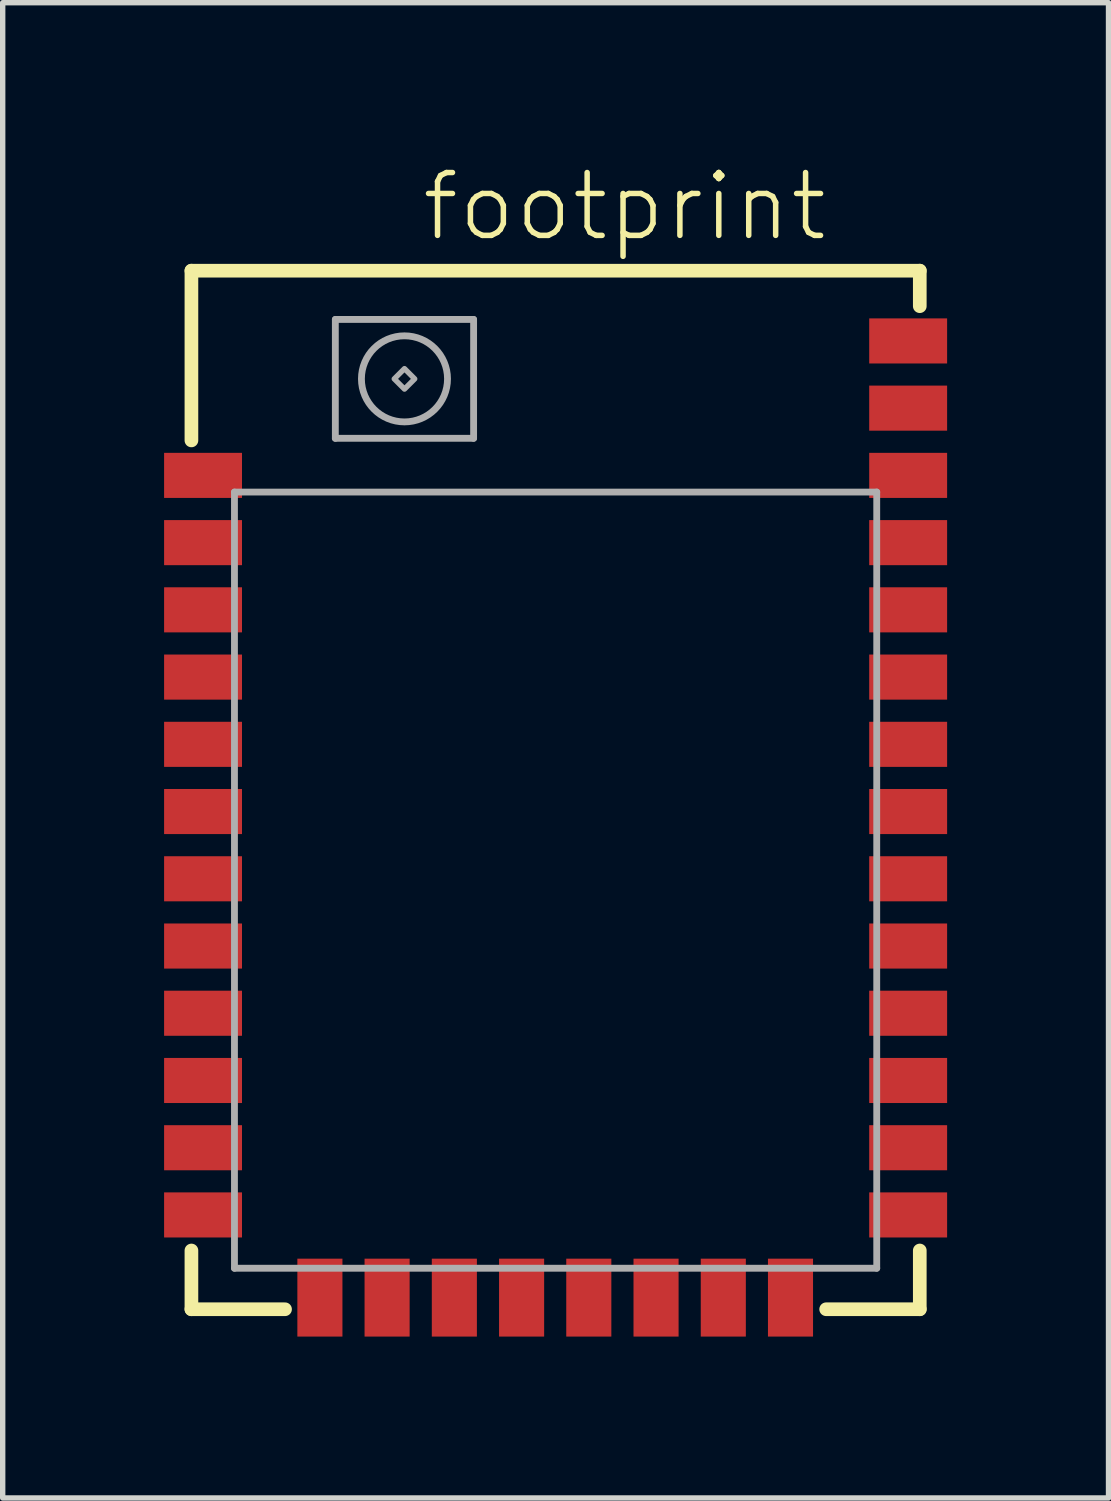
<source format=kicad_pcb>
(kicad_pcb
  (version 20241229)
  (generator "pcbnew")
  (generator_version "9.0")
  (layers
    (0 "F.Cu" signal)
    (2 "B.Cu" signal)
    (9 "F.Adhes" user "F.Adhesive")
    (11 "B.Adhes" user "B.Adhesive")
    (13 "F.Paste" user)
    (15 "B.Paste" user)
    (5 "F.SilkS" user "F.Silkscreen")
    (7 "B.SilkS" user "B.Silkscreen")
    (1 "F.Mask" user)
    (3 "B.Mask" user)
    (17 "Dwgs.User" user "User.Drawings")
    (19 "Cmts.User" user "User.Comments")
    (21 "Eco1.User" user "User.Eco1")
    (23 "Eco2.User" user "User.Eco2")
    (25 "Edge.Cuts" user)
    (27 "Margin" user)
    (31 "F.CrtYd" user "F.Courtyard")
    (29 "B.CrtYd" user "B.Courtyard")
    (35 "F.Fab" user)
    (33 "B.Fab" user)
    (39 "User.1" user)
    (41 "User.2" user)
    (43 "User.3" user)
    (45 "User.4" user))
  (footprint "footprint"
    (layer "F.Cu")
    (at 7.277 11.633)
    (property "Reference" "footprint" (at -2.54 -10.16 0) (layer "F.SilkS") (effects (font (size 1.168 1.168) (thickness 0.102)) (justify left bottom)))
    (fp_line (start -6.769 -9.652) (end -6.769 -6.497) (stroke (width 0.254) (type solid)) (layer "F.SilkS"))
    (fp_line (start -6.769 -9.652) (end 6.769 -9.652) (stroke (width 0.254) (type solid)) (layer "F.SilkS"))
    (fp_line (start -6.769 9.652) (end -6.769 8.56) (stroke (width 0.254) (type solid)) (layer "F.SilkS"))
    (fp_line (start -5.029 9.652) (end -6.769 9.652) (stroke (width 0.254) (type solid)) (layer "F.SilkS"))
    (fp_line (start 5.029 9.652) (end 6.769 9.652) (stroke (width 0.254) (type solid)) (layer "F.SilkS"))
    (fp_line (start 6.769 -9.652) (end 6.769 -8.992) (stroke (width 0.254) (type solid)) (layer "F.SilkS"))
    (fp_line (start 6.769 9.652) (end 6.769 8.56) (stroke (width 0.254) (type solid)) (layer "F.SilkS"))
    (fp_poly (pts (xy -7.239 -5.512) (xy -6.01 -5.512) (xy -6.01 -6.182) (xy -7.239 -6.182)) (stroke (width 0) (type solid)) (fill yes) (layer "F.Paste"))
    (fp_poly (pts (xy -7.239 -4.262) (xy -6.01 -4.262) (xy -6.01 -4.933) (xy -7.239 -4.933)) (stroke (width 0) (type solid)) (fill yes) (layer "F.Paste"))
    (fp_poly (pts (xy -7.239 -3.012) (xy -6.01 -3.012) (xy -6.01 -3.683) (xy -7.239 -3.683)) (stroke (width 0) (type solid)) (fill yes) (layer "F.Paste"))
    (fp_poly (pts (xy -7.239 -1.763) (xy -6.01 -1.763) (xy -6.01 -2.433) (xy -7.239 -2.433)) (stroke (width 0) (type solid)) (fill yes) (layer "F.Paste"))
    (fp_poly (pts (xy -7.239 -0.513) (xy -6.01 -0.513) (xy -6.01 -1.184) (xy -7.239 -1.184)) (stroke (width 0) (type solid)) (fill yes) (layer "F.Paste"))
    (fp_poly (pts (xy -7.239 0.737) (xy -6.01 0.737) (xy -6.01 0.066) (xy -7.239 0.066)) (stroke (width 0) (type solid)) (fill yes) (layer "F.Paste"))
    (fp_poly (pts (xy -7.239 1.986) (xy -6.01 1.986) (xy -6.01 1.316) (xy -7.239 1.316)) (stroke (width 0) (type solid)) (fill yes) (layer "F.Paste"))
    (fp_poly (pts (xy -7.239 3.236) (xy -6.01 3.236) (xy -6.01 2.565) (xy -7.239 2.565)) (stroke (width 0) (type solid)) (fill yes) (layer "F.Paste"))
    (fp_poly (pts (xy -7.239 4.486) (xy -6.01 4.486) (xy -6.01 3.815) (xy -7.239 3.815)) (stroke (width 0) (type solid)) (fill yes) (layer "F.Paste"))
    (fp_poly (pts (xy -7.239 5.735) (xy -6.01 5.735) (xy -6.01 5.065) (xy -7.239 5.065)) (stroke (width 0) (type solid)) (fill yes) (layer "F.Paste"))
    (fp_poly (pts (xy -7.239 6.985) (xy -6.01 6.985) (xy -6.01 6.314) (xy -7.239 6.314)) (stroke (width 0) (type solid)) (fill yes) (layer "F.Paste"))
    (fp_poly (pts (xy -7.239 8.235) (xy -6.01 8.235) (xy -6.01 7.564) (xy -7.239 7.564)) (stroke (width 0) (type solid)) (fill yes) (layer "F.Paste"))
    (fp_poly (pts (xy -4.717 10.05) (xy -4.046 10.05) (xy -4.046 8.822) (xy -4.717 8.822)) (stroke (width 0) (type solid)) (fill yes) (layer "F.Paste"))
    (fp_poly (pts (xy -3.467 10.05) (xy -2.797 10.05) (xy -2.797 8.822) (xy -3.467 8.822)) (stroke (width 0) (type solid)) (fill yes) (layer "F.Paste"))
    (fp_poly (pts (xy -2.217 10.05) (xy -1.547 10.05) (xy -1.547 8.822) (xy -2.217 8.822)) (stroke (width 0) (type solid)) (fill yes) (layer "F.Paste"))
    (fp_poly (pts (xy -0.968 10.05) (xy -0.297 10.05) (xy -0.297 8.822) (xy -0.968 8.822)) (stroke (width 0) (type solid)) (fill yes) (layer "F.Paste"))
    (fp_poly (pts (xy 0.282 10.05) (xy 0.952 10.05) (xy 0.952 8.822) (xy 0.282 8.822)) (stroke (width 0) (type solid)) (fill yes) (layer "F.Paste"))
    (fp_poly (pts (xy 1.532 10.05) (xy 2.202 10.05) (xy 2.202 8.822) (xy 1.532 8.822)) (stroke (width 0) (type solid)) (fill yes) (layer "F.Paste"))
    (fp_poly (pts (xy 2.781 10.05) (xy 3.452 10.05) (xy 3.452 8.822) (xy 2.781 8.822)) (stroke (width 0) (type solid)) (fill yes) (layer "F.Paste"))
    (fp_poly (pts (xy 4.031 10.05) (xy 4.702 10.05) (xy 4.702 8.822) (xy 4.031 8.822)) (stroke (width 0) (type solid)) (fill yes) (layer "F.Paste"))
    (fp_poly (pts (xy 5.939 -8.011) (xy 7.168 -8.011) (xy 7.168 -8.682) (xy 5.939 -8.682)) (stroke (width 0) (type solid)) (fill yes) (layer "F.Paste"))
    (fp_poly (pts (xy 5.939 -6.761) (xy 7.168 -6.761) (xy 7.168 -7.432) (xy 5.939 -7.432)) (stroke (width 0) (type solid)) (fill yes) (layer "F.Paste"))
    (fp_poly (pts (xy 5.939 -5.512) (xy 7.168 -5.512) (xy 7.168 -6.182) (xy 5.939 -6.182)) (stroke (width 0) (type solid)) (fill yes) (layer "F.Paste"))
    (fp_poly (pts (xy 5.939 -4.262) (xy 7.168 -4.262) (xy 7.168 -4.933) (xy 5.939 -4.933)) (stroke (width 0) (type solid)) (fill yes) (layer "F.Paste"))
    (fp_poly (pts (xy 5.939 -3.012) (xy 7.168 -3.012) (xy 7.168 -3.683) (xy 5.939 -3.683)) (stroke (width 0) (type solid)) (fill yes) (layer "F.Paste"))
    (fp_poly (pts (xy 5.939 -1.763) (xy 7.168 -1.763) (xy 7.168 -2.433) (xy 5.939 -2.433)) (stroke (width 0) (type solid)) (fill yes) (layer "F.Paste"))
    (fp_poly (pts (xy 5.939 -0.513) (xy 7.168 -0.513) (xy 7.168 -1.184) (xy 5.939 -1.184)) (stroke (width 0) (type solid)) (fill yes) (layer "F.Paste"))
    (fp_poly (pts (xy 5.939 0.737) (xy 7.168 0.737) (xy 7.168 0.066) (xy 5.939 0.066)) (stroke (width 0) (type solid)) (fill yes) (layer "F.Paste"))
    (fp_poly (pts (xy 5.939 1.986) (xy 7.168 1.986) (xy 7.168 1.316) (xy 5.939 1.316)) (stroke (width 0) (type solid)) (fill yes) (layer "F.Paste"))
    (fp_poly (pts (xy 5.939 3.236) (xy 7.168 3.236) (xy 7.168 2.565) (xy 5.939 2.565)) (stroke (width 0) (type solid)) (fill yes) (layer "F.Paste"))
    (fp_poly (pts (xy 5.939 4.486) (xy 7.168 4.486) (xy 7.168 3.815) (xy 5.939 3.815)) (stroke (width 0) (type solid)) (fill yes) (layer "F.Paste"))
    (fp_poly (pts (xy 5.939 5.735) (xy 7.168 5.735) (xy 7.168 5.065) (xy 5.939 5.065)) (stroke (width 0) (type solid)) (fill yes) (layer "F.Paste"))
    (fp_poly (pts (xy 5.939 6.985) (xy 7.168 6.985) (xy 7.168 6.314) (xy 5.939 6.314)) (stroke (width 0) (type solid)) (fill yes) (layer "F.Paste"))
    (fp_poly (pts (xy 5.939 8.235) (xy 7.168 8.235) (xy 7.168 7.564) (xy 5.939 7.564)) (stroke (width 0) (type solid)) (fill yes) (layer "F.Paste"))
    (fp_line (start -5.969 -5.537) (end 5.969 -5.537) (stroke (width 0.127) (type solid)) (layer "F.Fab"))
    (fp_line (start -5.969 8.89) (end -5.969 -5.537) (stroke (width 0.127) (type solid)) (layer "F.Fab"))
    (fp_line (start -4.094 -8.746) (end -1.524 -8.746) (stroke (width 0.127) (type solid)) (layer "F.Fab"))
    (fp_line (start -4.094 -6.536) (end -4.094 -8.746) (stroke (width 0.127) (type solid)) (layer "F.Fab"))
    (fp_line (start -1.524 -8.746) (end -1.524 -6.536) (stroke (width 0.127) (type solid)) (layer "F.Fab"))
    (fp_line (start -1.524 -6.536) (end -4.094 -6.536) (stroke (width 0.127) (type solid)) (layer "F.Fab"))
    (fp_line (start 5.969 -5.537) (end 5.969 8.89) (stroke (width 0.127) (type solid)) (layer "F.Fab"))
    (fp_line (start 5.969 8.89) (end -5.969 8.89) (stroke (width 0.127) (type solid)) (layer "F.Fab"))
    (fp_circle (center -2.809 -7.641) (end -2.009 -7.641) (stroke (width 0.127) (type solid)) (fill no) (layer "F.Fab"))
    (fp_poly (pts (xy -2.619 -7.641) (xy -2.809 -7.451) (xy -2.999 -7.641) (xy -2.809 -7.831)) (stroke (width 0.1) (type solid)) (fill no) (layer "F.Fab"))
    (pad "P$1" smd rect (at -6.553 -5.847) (size 1.448 0.838) (layers "F.Cu" "F.Mask"))
    (pad "P$2" smd rect (at -6.553 -4.597) (size 1.448 0.838) (layers "F.Cu" "F.Mask"))
    (pad "P$3" smd rect (at -6.553 -3.348) (size 1.448 0.838) (layers "F.Cu" "F.Mask"))
    (pad "P$4" smd rect (at -6.553 -2.098) (size 1.448 0.838) (layers "F.Cu" "F.Mask"))
    (pad "P$5" smd rect (at -6.553 -0.848) (size 1.448 0.838) (layers "F.Cu" "F.Mask"))
    (pad "P$6" smd rect (at -6.553 0.401) (size 1.448 0.838) (layers "F.Cu" "F.Mask"))
    (pad "P$7" smd rect (at -6.553 1.651) (size 1.448 0.838) (layers "F.Cu" "F.Mask"))
    (pad "P$8" smd rect (at -6.553 2.901) (size 1.448 0.838) (layers "F.Cu" "F.Mask"))
    (pad "P$9" smd rect (at -6.553 4.15) (size 1.448 0.838) (layers "F.Cu" "F.Mask"))
    (pad "P$10" smd rect (at -6.553 5.4) (size 1.448 0.838) (layers "F.Cu" "F.Mask"))
    (pad "P$11" smd rect (at -6.553 6.65) (size 1.448 0.838) (layers "F.Cu" "F.Mask"))
    (pad "P$12" smd rect (at -6.553 7.899) (size 1.448 0.838) (layers "F.Cu" "F.Mask"))
    (pad "P$13" smd rect (at -4.381 9.436 90) (size 1.448 0.838) (layers "F.Cu" "F.Mask"))
    (pad "P$14" smd rect (at -3.132 9.436 90) (size 1.448 0.838) (layers "F.Cu" "F.Mask"))
    (pad "P$15" smd rect (at -1.882 9.436 90) (size 1.448 0.838) (layers "F.Cu" "F.Mask"))
    (pad "P$16" smd rect (at -0.632 9.436 90) (size 1.448 0.838) (layers "F.Cu" "F.Mask"))
    (pad "P$17" smd rect (at 0.617 9.436 90) (size 1.448 0.838) (layers "F.Cu" "F.Mask"))
    (pad "P$18" smd rect (at 1.867 9.436 90) (size 1.448 0.838) (layers "F.Cu" "F.Mask"))
    (pad "P$19" smd rect (at 3.117 9.436 90) (size 1.448 0.838) (layers "F.Cu" "F.Mask"))
    (pad "P$20" smd rect (at 4.366 9.436 90) (size 1.448 0.838) (layers "F.Cu" "F.Mask"))
    (pad "P$21" smd rect (at 6.553 7.899 180) (size 1.448 0.838) (layers "F.Cu" "F.Mask"))
    (pad "P$22" smd rect (at 6.553 6.65 180) (size 1.448 0.838) (layers "F.Cu" "F.Mask"))
    (pad "P$23" smd rect (at 6.553 5.4 180) (size 1.448 0.838) (layers "F.Cu" "F.Mask"))
    (pad "P$24" smd rect (at 6.553 4.15 180) (size 1.448 0.838) (layers "F.Cu" "F.Mask"))
    (pad "P$25" smd rect (at 6.553 2.901 180) (size 1.448 0.838) (layers "F.Cu" "F.Mask"))
    (pad "P$26" smd rect (at 6.553 1.651 180) (size 1.448 0.838) (layers "F.Cu" "F.Mask"))
    (pad "P$27" smd rect (at 6.553 0.401 180) (size 1.448 0.838) (layers "F.Cu" "F.Mask"))
    (pad "P$28" smd rect (at 6.553 -0.848 180) (size 1.448 0.838) (layers "F.Cu" "F.Mask"))
    (pad "P$29" smd rect (at 6.553 -2.098 180) (size 1.448 0.838) (layers "F.Cu" "F.Mask"))
    (pad "P$30" smd rect (at 6.553 -3.348 180) (size 1.448 0.838) (layers "F.Cu" "F.Mask"))
    (pad "P$31" smd rect (at 6.553 -4.597 180) (size 1.448 0.838) (layers "F.Cu" "F.Mask"))
    (pad "P$32" smd rect (at 6.553 -5.847 180) (size 1.448 0.838) (layers "F.Cu" "F.Mask"))
    (pad "P$33" smd rect (at 6.553 -7.097 180) (size 1.448 0.838) (layers "F.Cu" "F.Mask"))
    (pad "P$34" smd rect (at 6.553 -8.346 180) (size 1.448 0.838) (layers "F.Cu" "F.Mask"))
    (zone (net_name "") (layer "F.Cu") (hatch edge 0.508) (connect_pads) (min_thickness 0.254) (filled_areas_thickness no) (keepout (tracks not_allowed) (vias not_allowed) (pads not_allowed) (copperpour not_allowed) (footprints allowed)) (placement (enabled no)) (fill) (polygon (pts (xy 8.661 7.277) (xy 10.693 7.277) (xy 10.693 2.756) (xy 8.661 2.756)))))
  (gr_rect
    (start -3 -3)
    (end 17.554 24.793)
    (stroke (width 0.1) (type default))
    (fill no)
    (layer "Edge.Cuts")))
</source>
